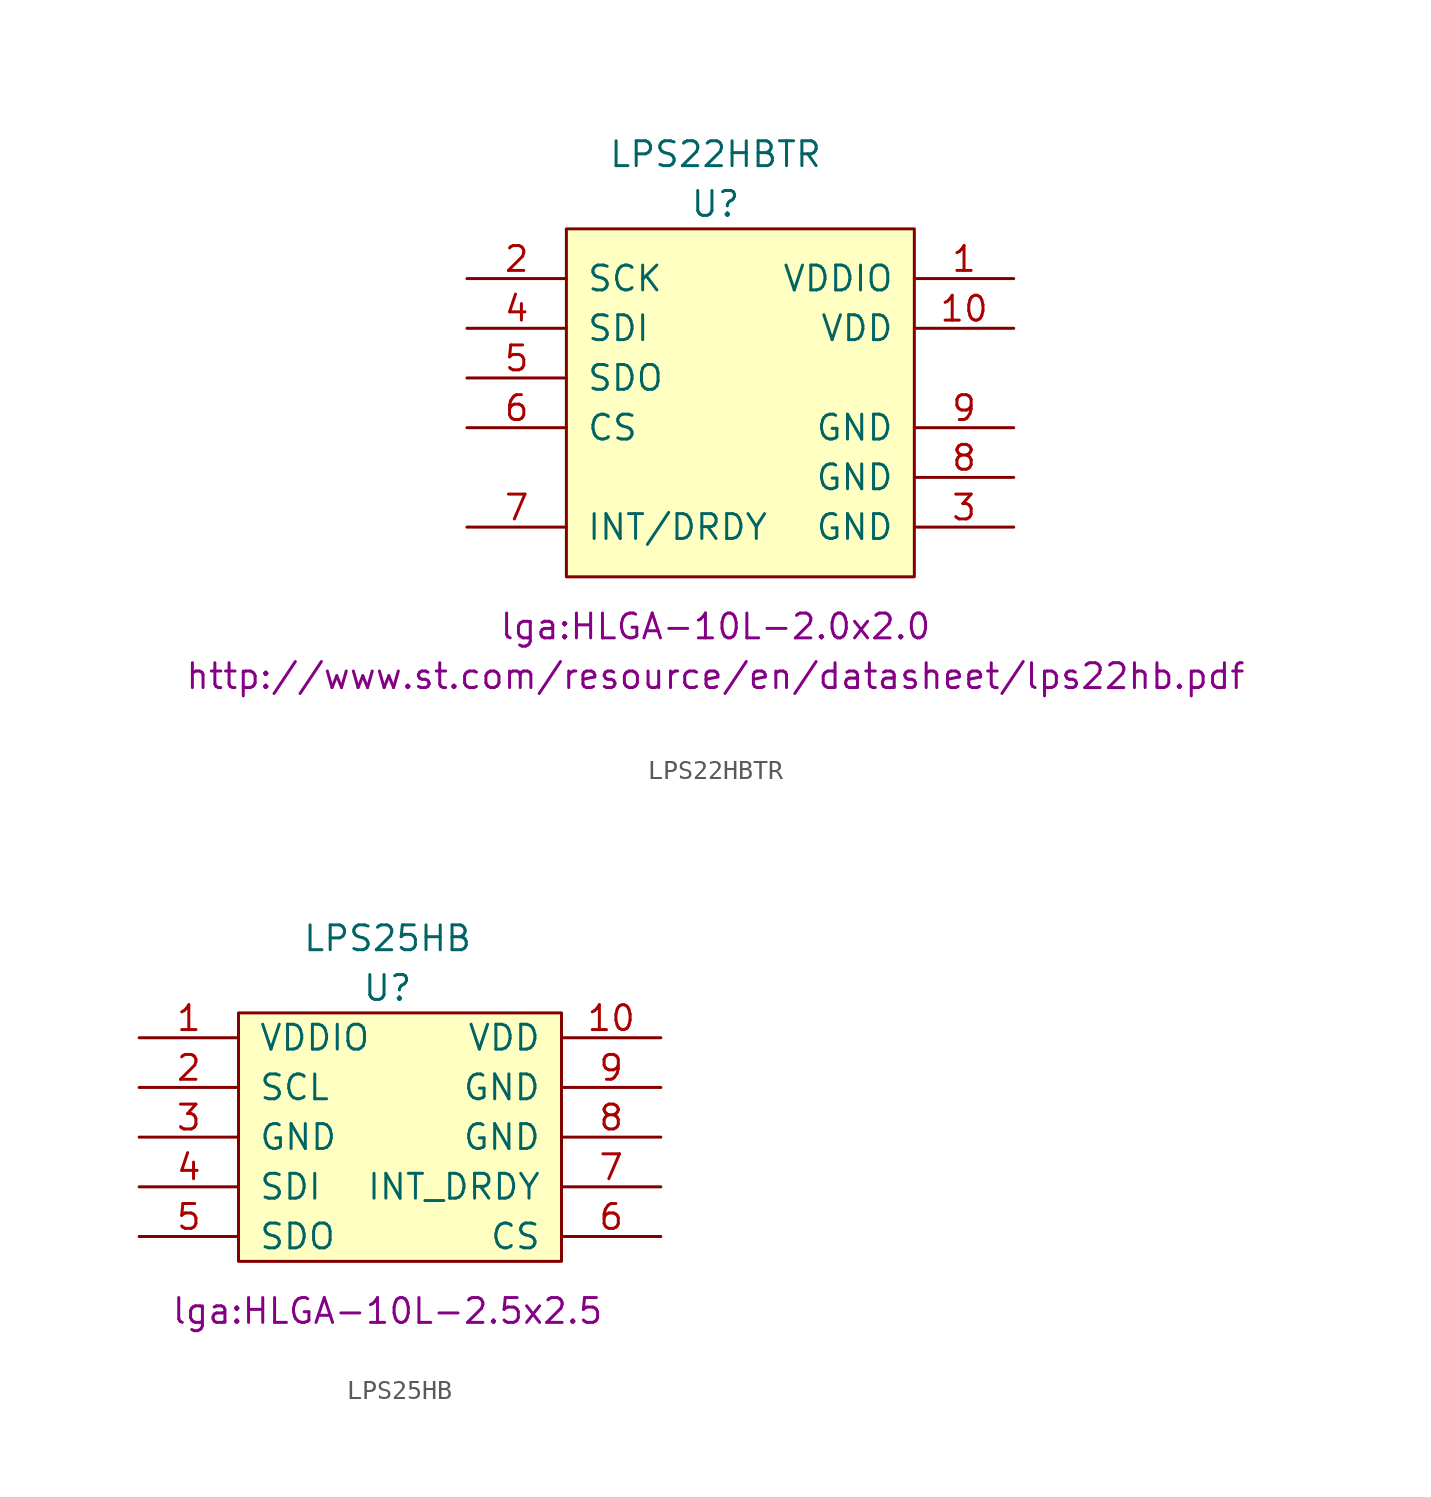
<source format=kicad_sym>
(kicad_symbol_lib
  (version 20211014)
  (generator kicad_symbol_editor)
  (symbol "LPS22HBTR"
    (pin_names
      (offset 1.016))
    (property "Reference" "U"
      (at 0 10.16 0)
      (effects (font (size 1.27 1.27))))
    (property "Value" "LPS22HBTR"
      (at 0 12.7 0)
      (effects (font (size 1.27 1.27))))
    (property "Footprint" "lga:HLGA-10L-2.0x2.0"
      (at 0 -11.43 0)
      (effects (font (size 1.27 1.27))))
    (property "Datasheet" "http://www.st.com/resource/en/datasheet/lps22hb.pdf"
      (at 0 -13.97 0)
      (effects (font (size 1.27 1.27))))
    (symbol "LPS22HBTR_0_0"
      (rectangle (start -7.62 8.89) (end 10.16 -8.89) (stroke (width 0) (type default) (color 0 0 0 0)) (fill (type background))))
    (symbol "LPS22HBTR_1_1"
      (pin power_in line (at 15.24 6.35 180) (length 5.08) (name "VDDIO" (effects (font (size 1.27 1.27)))) (number "1" (effects (font (size 1.27 1.27)))))
      (pin power_in line (at 15.24 3.81 180) (length 5.08) (name "VDD" (effects (font (size 1.27 1.27)))) (number "10" (effects (font (size 1.27 1.27)))))
      (pin input line (at -12.7 6.35 0) (length 5.08) (name "SCK" (effects (font (size 1.27 1.27)))) (number "2" (effects (font (size 1.27 1.27)))))
      (pin power_in line (at 15.24 -6.35 180) (length 5.08) (name "GND" (effects (font (size 1.27 1.27)))) (number "3" (effects (font (size 1.27 1.27)))))
      (pin input line (at -12.7 3.81 0) (length 5.08) (name "SDI" (effects (font (size 1.27 1.27)))) (number "4" (effects (font (size 1.27 1.27)))))
      (pin output line (at -12.7 1.27 0) (length 5.08) (name "SDO" (effects (font (size 1.27 1.27)))) (number "5" (effects (font (size 1.27 1.27)))))
      (pin input line (at -12.7 -1.27 0) (length 5.08) (name "CS" (effects (font (size 1.27 1.27)))) (number "6" (effects (font (size 1.27 1.27)))))
      (pin output line (at -12.7 -6.35 0) (length 5.08) (name "INT/DRDY" (effects (font (size 1.27 1.27)))) (number "7" (effects (font (size 1.27 1.27)))))
      (pin power_in line (at 15.24 -3.81 180) (length 5.08) (name "GND" (effects (font (size 1.27 1.27)))) (number "8" (effects (font (size 1.27 1.27)))))
      (pin power_in line (at 15.24 -1.27 180) (length 5.08) (name "GND" (effects (font (size 1.27 1.27)))) (number "9" (effects (font (size 1.27 1.27)))))))
  (symbol "LPS25HB"
    (pin_names
      (offset 1.016))
    (property "Reference" "U"
      (at 0 10.16 0)
      (effects (font (size 1.27 1.27))))
    (property "Value" "LPS25HB"
      (at 0 12.7 0)
      (effects (font (size 1.27 1.27))))
    (property "Footprint" "lga:HLGA-10L-2.5x2.5"
      (at 0 -6.35 0)
      (effects (font (size 1.27 1.27))))
    (property "Datasheet" ""
      (at 8.89 -6.35 0)
      (effects (font (size 1.27 1.27))))
    (symbol "LPS25HB_0_0"
      (rectangle (start 8.89 8.89) (end -7.62 -3.81) (stroke (width 0) (type default) (color 0 0 0 0)) (fill (type background))))
    (symbol "LPS25HB_1_1"
      (pin power_in line (at -12.7 7.62 0) (length 5.08) (name "VDDIO" (effects (font (size 1.27 1.27)))) (number "1" (effects (font (size 1.27 1.27)))))
      (pin power_in line (at 13.97 7.62 180) (length 5.08) (name "VDD" (effects (font (size 1.27 1.27)))) (number "10" (effects (font (size 1.27 1.27)))))
      (pin input line (at -12.7 5.08 0) (length 5.08) (name "SCL" (effects (font (size 1.27 1.27)))) (number "2" (effects (font (size 1.27 1.27)))))
      (pin power_in line (at -12.7 2.54 0) (length 5.08) (name "GND" (effects (font (size 1.27 1.27)))) (number "3" (effects (font (size 1.27 1.27)))))
      (pin input line (at -12.7 0 0) (length 5.08) (name "SDI" (effects (font (size 1.27 1.27)))) (number "4" (effects (font (size 1.27 1.27)))))
      (pin output line (at -12.7 -2.54 0) (length 5.08) (name "SDO" (effects (font (size 1.27 1.27)))) (number "5" (effects (font (size 1.27 1.27)))))
      (pin input line (at 13.97 -2.54 180) (length 5.08) (name "CS" (effects (font (size 1.27 1.27)))) (number "6" (effects (font (size 1.27 1.27)))))
      (pin output line (at 13.97 0 180) (length 5.08) (name "INT_DRDY" (effects (font (size 1.27 1.27)))) (number "7" (effects (font (size 1.27 1.27)))))
      (pin power_in line (at 13.97 2.54 180) (length 5.08) (name "GND" (effects (font (size 1.27 1.27)))) (number "8" (effects (font (size 1.27 1.27)))))
      (pin power_in line (at 13.97 5.08 180) (length 5.08) (name "GND" (effects (font (size 1.27 1.27)))) (number "9" (effects (font (size 1.27 1.27))))))))
</source>
